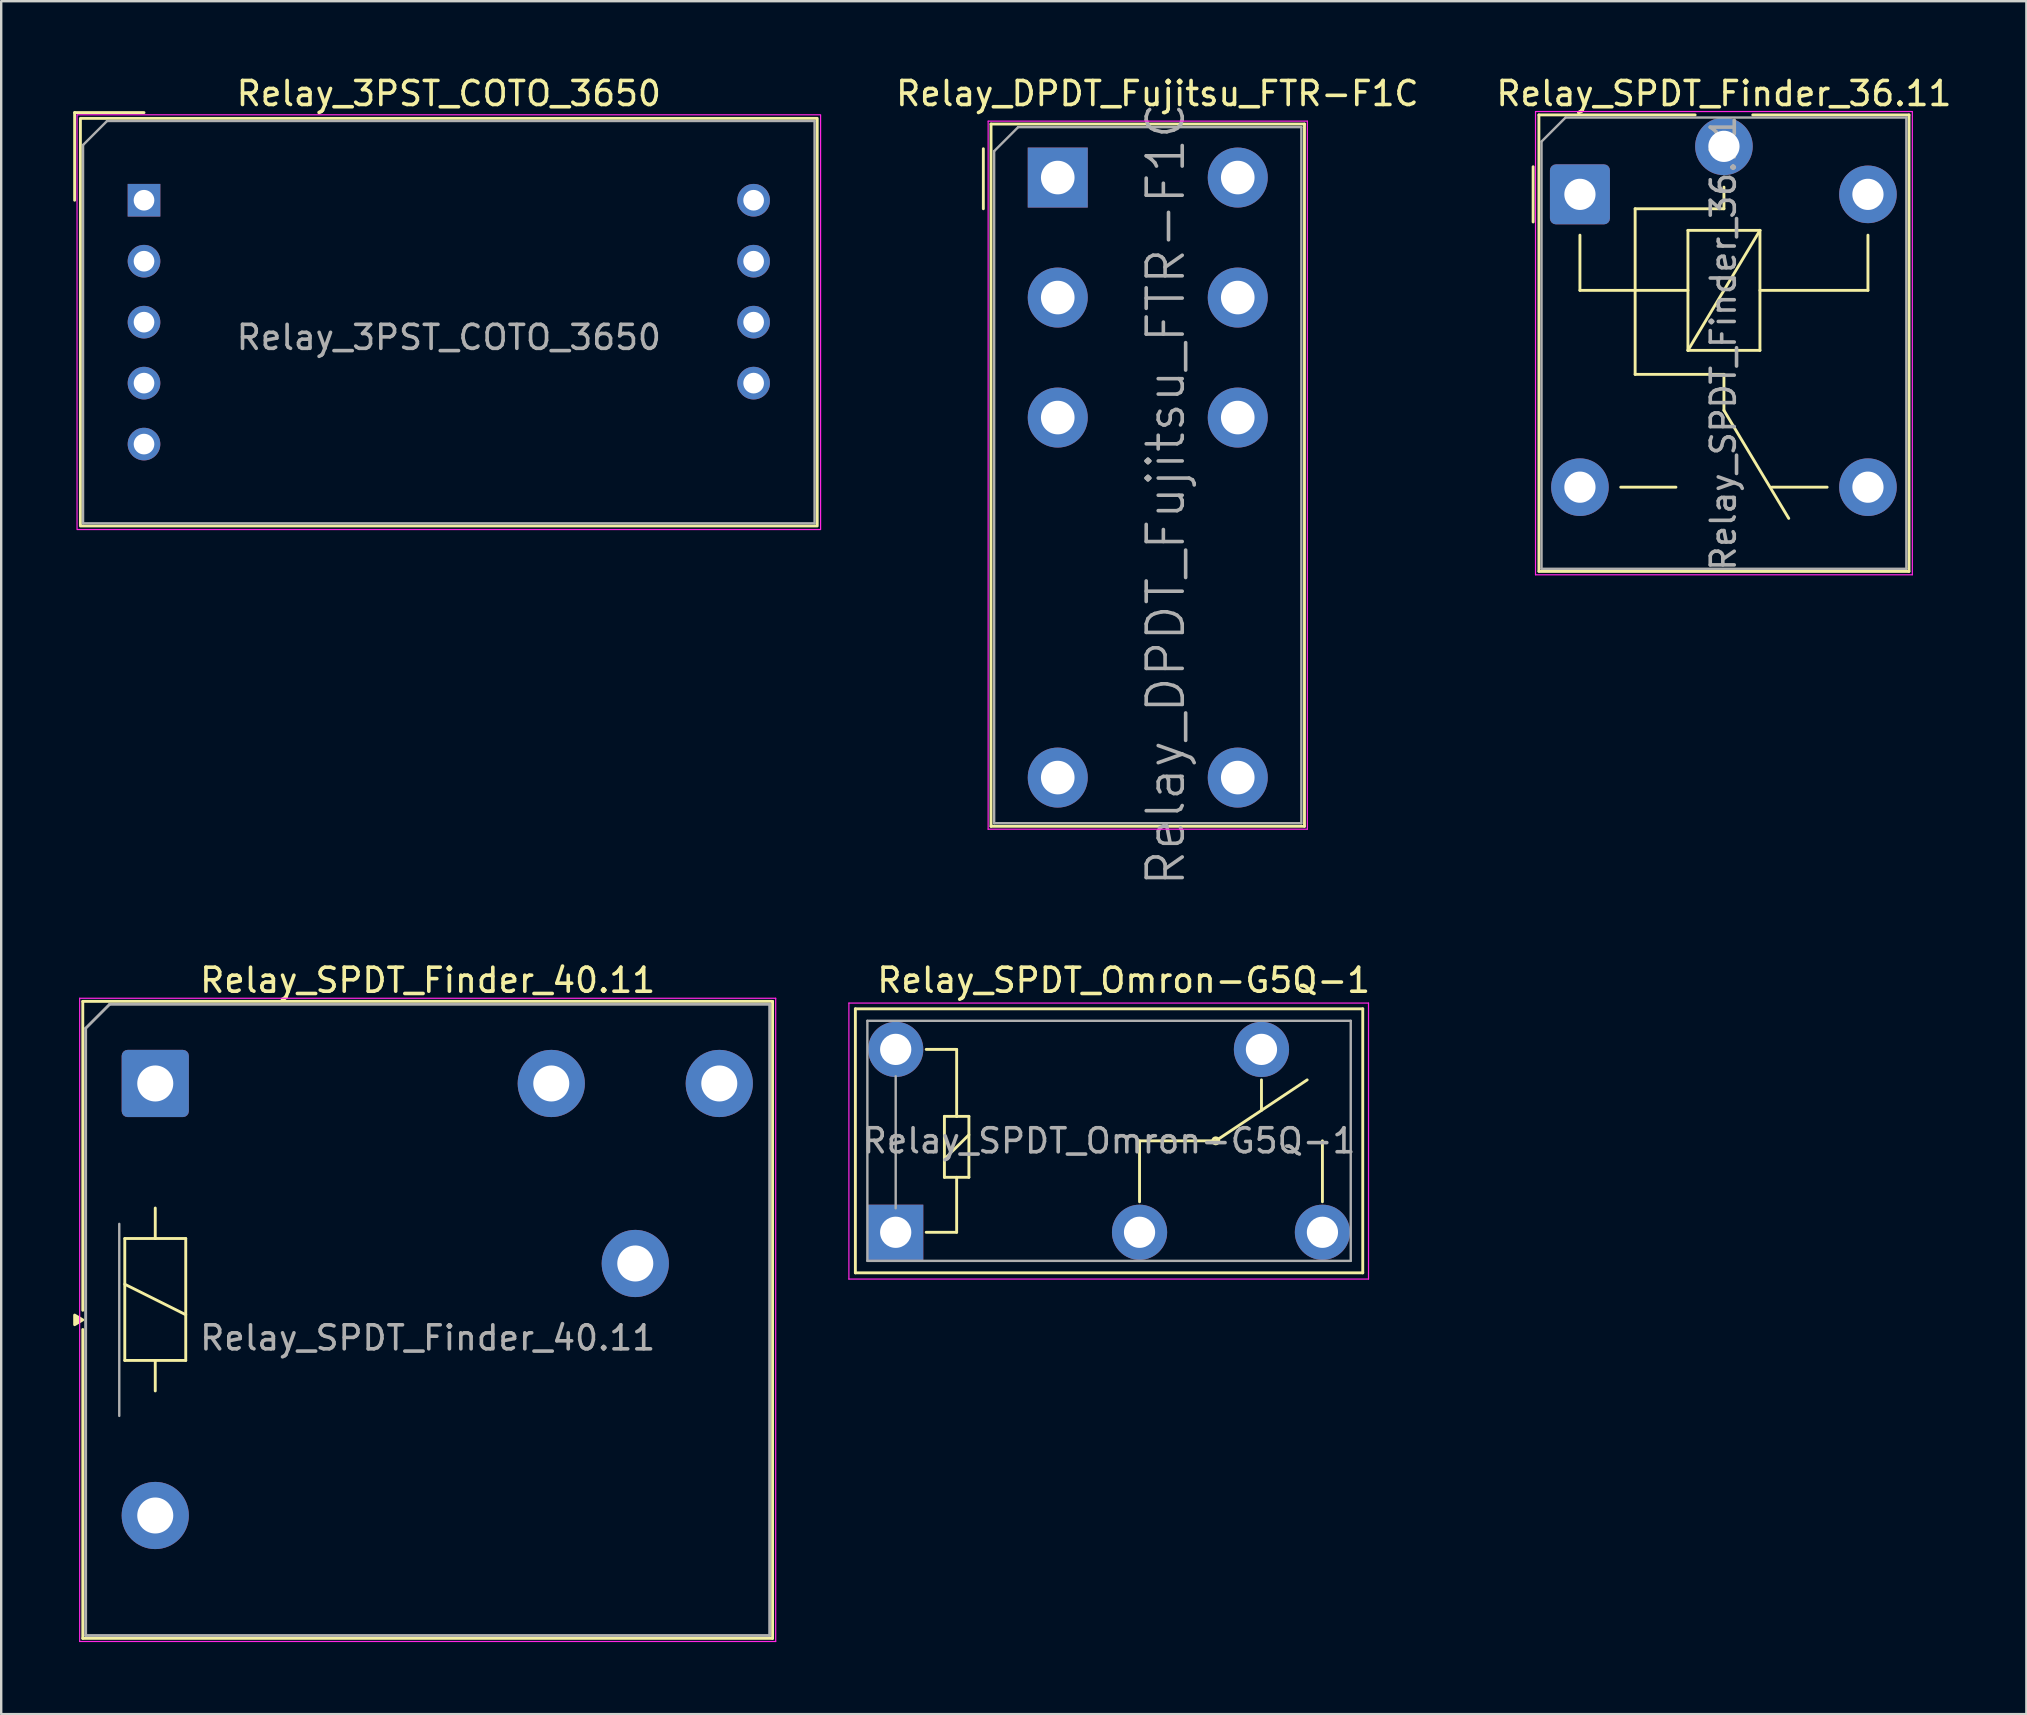
<source format=kicad_pcb>
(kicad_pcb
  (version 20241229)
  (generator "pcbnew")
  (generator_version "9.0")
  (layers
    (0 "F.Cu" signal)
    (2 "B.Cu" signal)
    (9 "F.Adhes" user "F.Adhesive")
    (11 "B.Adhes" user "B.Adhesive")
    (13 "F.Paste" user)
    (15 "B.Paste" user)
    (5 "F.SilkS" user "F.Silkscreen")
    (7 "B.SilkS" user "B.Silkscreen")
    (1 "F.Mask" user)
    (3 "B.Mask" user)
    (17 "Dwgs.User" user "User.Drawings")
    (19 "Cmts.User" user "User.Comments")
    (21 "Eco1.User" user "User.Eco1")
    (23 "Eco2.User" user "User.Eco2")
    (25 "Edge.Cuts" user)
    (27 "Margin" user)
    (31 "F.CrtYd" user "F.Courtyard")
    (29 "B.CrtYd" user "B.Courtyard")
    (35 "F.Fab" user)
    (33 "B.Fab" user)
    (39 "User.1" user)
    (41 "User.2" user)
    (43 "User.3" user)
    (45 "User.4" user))
  (footprint "Relay_SPDT_Omron-G5Q-1"
    (layer "F.Cu")
    (at 34.269 48.293)
    (property "Reference" "Relay_SPDT_Omron-G5Q-1" (at 9.5 -10.5 180) (layer "F.SilkS") (effects (font (size 1 1) (thickness 0.15))))
    (attr through_hole)
    (fp_line (start -1.68 -9.31) (end 19.46 -9.31) (stroke (width 0.12) (type solid)) (layer "F.SilkS"))
    (fp_line (start -1.68 1.69) (end -1.68 -9.31) (stroke (width 0.12) (type solid)) (layer "F.SilkS"))
    (fp_line (start -1.68 1.69) (end 19.46 1.69) (stroke (width 0.12) (type solid)) (layer "F.SilkS"))
    (fp_line (start 1.27 0) (end 2.54 0) (stroke (width 0.12) (type solid)) (layer "F.SilkS"))
    (fp_line (start 2.03 -4.83) (end 2.54 -4.83) (stroke (width 0.12) (type solid)) (layer "F.SilkS"))
    (fp_line (start 2.03 -3.05) (end 3.05 -4.06) (stroke (width 0.12) (type solid)) (layer "F.SilkS"))
    (fp_line (start 2.03 -2.29) (end 2.03 -4.83) (stroke (width 0.12) (type solid)) (layer "F.SilkS"))
    (fp_line (start 2.54 -7.62) (end 1.27 -7.62) (stroke (width 0.12) (type solid)) (layer "F.SilkS"))
    (fp_line (start 2.54 -4.83) (end 2.54 -7.62) (stroke (width 0.12) (type solid)) (layer "F.SilkS"))
    (fp_line (start 2.54 -4.83) (end 3.05 -4.83) (stroke (width 0.12) (type solid)) (layer "F.SilkS"))
    (fp_line (start 2.54 -2.29) (end 2.03 -2.29) (stroke (width 0.12) (type solid)) (layer "F.SilkS"))
    (fp_line (start 2.54 0) (end 2.54 -2.29) (stroke (width 0.12) (type solid)) (layer "F.SilkS"))
    (fp_line (start 3.05 -4.83) (end 3.05 -2.29) (stroke (width 0.12) (type solid)) (layer "F.SilkS"))
    (fp_line (start 3.05 -2.29) (end 2.54 -2.29) (stroke (width 0.12) (type solid)) (layer "F.SilkS"))
    (fp_line (start 10.16 -3.81) (end 13.335 -3.81) (stroke (width 0.12) (type solid)) (layer "F.SilkS"))
    (fp_line (start 10.16 -1.27) (end 10.16 -3.81) (stroke (width 0.12) (type solid)) (layer "F.SilkS"))
    (fp_line (start 13.335 -3.81) (end 17.145 -6.35) (stroke (width 0.12) (type solid)) (layer "F.SilkS"))
    (fp_line (start 15.24 -6.35) (end 15.24 -5.08) (stroke (width 0.12) (type solid)) (layer "F.SilkS"))
    (fp_line (start 17.78 -1.27) (end 17.78 -3.81) (stroke (width 0.12) (type solid)) (layer "F.SilkS"))
    (fp_line (start 19.46 1.69) (end 19.46 -9.31) (stroke (width 0.12) (type solid)) (layer "F.SilkS"))
    (fp_circle (center 13.335 -3.81) (end 13.462 -3.81) (stroke (width 0.12) (type solid)) (fill no) (layer "F.SilkS"))
    (fp_line (start -1.95 -9.55) (end 19.7 -9.55) (stroke (width 0.05) (type solid)) (layer "F.CrtYd"))
    (fp_line (start -1.95 1.95) (end -1.95 -9.55) (stroke (width 0.05) (type solid)) (layer "F.CrtYd"))
    (fp_line (start 19.7 -9.55) (end 19.7 1.95) (stroke (width 0.05) (type solid)) (layer "F.CrtYd"))
    (fp_line (start 19.7 1.95) (end -1.95 1.95) (stroke (width 0.05) (type solid)) (layer "F.CrtYd"))
    (fp_line (start -1.18 -8.81) (end 18.96 -8.81) (stroke (width 0.1) (type solid)) (layer "F.Fab"))
    (fp_line (start -1.18 1.19) (end -1.18 -8.81) (stroke (width 0.1) (type solid)) (layer "F.Fab"))
    (fp_line (start 0 -1) (end 0 -6.5) (stroke (width 0.1) (type solid)) (layer "F.Fab"))
    (fp_line (start 18.96 -8.81) (end 18.96 1.19) (stroke (width 0.1) (type solid)) (layer "F.Fab"))
    (fp_line (start 18.96 1.19) (end -1.18 1.19) (stroke (width 0.1) (type solid)) (layer "F.Fab"))
    (fp_text user "${REFERENCE}" (at 8.89 -3.81 0) (layer "F.Fab") (effects (font (size 1 1) (thickness 0.15))))
    (pad "1" thru_hole rect (at 0 0 180) (size 2.3 2.3) (drill 1.3) (layers "*.Cu" "*.Mask"))
    (pad "2" thru_hole circle (at 10.16 0 180) (size 2.3 2.3) (drill 1.3) (layers "*.Cu" "*.Mask"))
    (pad "3" thru_hole circle (at 17.78 0 180) (size 2.3 2.3) (drill 1.3) (layers "*.Cu" "*.Mask"))
    (pad "4" thru_hole circle (at 15.24 -7.62 180) (size 2.3 2.3) (drill 1.3) (layers "*.Cu" "*.Mask"))
    (pad "5" thru_hole circle (at 0 -7.62 180) (size 2.3 2.3) (drill 1.3) (layers "*.Cu" "*.Mask")))
  (footprint "Relay_SPDT_Finder_40.11"
    (layer "F.Cu")
    (at 3.419 42.093)
    (property "Reference" "Relay_SPDT_Finder_40.11" (at 11.35 -4.3 0) (layer "F.SilkS") (effects (font (size 1 1) (thickness 0.15))))
    (attr through_hole)
    (fp_line (start -3.02 -3.42) (end 25.72 -3.42) (stroke (width 0.12) (type solid)) (layer "F.SilkS"))
    (fp_line (start -3.02 9.45) (end -3.02 -3.42) (stroke (width 0.12) (type solid)) (layer "F.SilkS"))
    (fp_line (start -3.02 10.25) (end -3.02 23.12) (stroke (width 0.12) (type solid)) (layer "F.SilkS"))
    (fp_line (start -1.27 6.46) (end 0 6.46) (stroke (width 0.12) (type solid)) (layer "F.SilkS"))
    (fp_line (start -1.27 8.365) (end 1.27 9.635) (stroke (width 0.12) (type solid)) (layer "F.SilkS"))
    (fp_line (start -1.27 11.54) (end -1.27 6.46) (stroke (width 0.12) (type solid)) (layer "F.SilkS"))
    (fp_line (start 0 5.19) (end 0 6.46) (stroke (width 0.12) (type solid)) (layer "F.SilkS"))
    (fp_line (start 0 6.46) (end 1.27 6.46) (stroke (width 0.12) (type solid)) (layer "F.SilkS"))
    (fp_line (start 0 11.54) (end 0 12.81) (stroke (width 0.12) (type solid)) (layer "F.SilkS"))
    (fp_line (start 1.27 6.46) (end 1.27 11.54) (stroke (width 0.12) (type solid)) (layer "F.SilkS"))
    (fp_line (start 1.27 11.54) (end -1.27 11.54) (stroke (width 0.12) (type solid)) (layer "F.SilkS"))
    (fp_line (start 25.72 -3.42) (end 25.72 23.12) (stroke (width 0.12) (type solid)) (layer "F.SilkS"))
    (fp_line (start 25.72 23.12) (end -3.02 23.12) (stroke (width 0.12) (type solid)) (layer "F.SilkS"))
    (fp_poly (pts (xy -3.02 9.85) (xy -3.359 10.05) (xy -3.359 9.65) (xy -3.02 9.85)) (stroke (width 0.12) (type solid)) (fill yes) (layer "F.SilkS"))
    (fp_line (start -3.15 -3.55) (end -3.15 23.25) (stroke (width 0.05) (type solid)) (layer "F.CrtYd"))
    (fp_line (start -3.15 -3.55) (end 25.85 -3.55) (stroke (width 0.05) (type solid)) (layer "F.CrtYd"))
    (fp_line (start 25.85 23.25) (end -3.15 23.25) (stroke (width 0.05) (type solid)) (layer "F.CrtYd"))
    (fp_line (start 25.85 23.25) (end 25.85 -3.55) (stroke (width 0.05) (type solid)) (layer "F.CrtYd"))
    (fp_line (start -2.9 -2.3) (end -2.9 23) (stroke (width 0.12) (type solid)) (layer "F.Fab"))
    (fp_line (start -2.9 23) (end 25.6 23) (stroke (width 0.12) (type solid)) (layer "F.Fab"))
    (fp_line (start -1.9 -3.3) (end -2.9 -2.3) (stroke (width 0.12) (type solid)) (layer "F.Fab"))
    (fp_line (start -1.5 5.85) (end -1.5 13.85) (stroke (width 0.1) (type default)) (layer "F.Fab"))
    (fp_line (start 25.6 -3.3) (end -1.9 -3.3) (stroke (width 0.12) (type solid)) (layer "F.Fab"))
    (fp_line (start 25.6 23) (end 25.6 -3.3) (stroke (width 0.12) (type solid)) (layer "F.Fab"))
    (fp_text user "${REFERENCE}" (at 11.35 10.6 0) (layer "F.Fab") (effects (font (size 1 1) (thickness 0.15))))
    (pad "11" thru_hole circle (at 20 7.5) (size 2.8 2.8) (drill 1.5) (layers "*.Cu" "*.Mask"))
    (pad "12" thru_hole circle (at 16.5 0) (size 2.8 2.8) (drill 1.5) (layers "*.Cu" "*.Mask"))
    (pad "14" thru_hole circle (at 23.5 0) (size 2.8 2.8) (drill 1.5) (layers "*.Cu" "*.Mask"))
    (pad "A1" thru_hole roundrect (at 0 0) (size 2.8 2.8) (drill 1.5) (layers "*.Cu" "*.Mask") (roundrect_rratio 0.089))
    (pad "A2" thru_hole circle (at 0 18) (size 2.8 2.8) (drill 1.5) (layers "*.Cu" "*.Mask")))
  (footprint "Relay_SPDT_Finder_36.11"
    (layer "F.Cu")
    (at 62.778 5.048)
    (property "Reference" "Relay_SPDT_Finder_36.11" (at 6 -4.2 0) (layer "F.SilkS") (effects (font (size 1 1) (thickness 0.15))))
    (attr through_hole)
    (fp_line (start -1.95 -1.15) (end -1.95 1.15) (stroke (width 0.12) (type default)) (layer "F.SilkS"))
    (fp_line (start -1.71 15.7) (end -1.71 -3.31) (stroke (width 0.12) (type solid)) (layer "F.SilkS"))
    (fp_line (start 0 1.7) (end 0 4) (stroke (width 0.12) (type solid)) (layer "F.SilkS"))
    (fp_line (start 1.7 12.2) (end 4 12.2) (stroke (width 0.12) (type solid)) (layer "F.SilkS"))
    (fp_line (start 2.3 7.5) (end 2.3 0.6) (stroke (width 0.12) (type solid)) (layer "F.SilkS"))
    (fp_line (start 4.5 1.5) (end 7.5 1.5) (stroke (width 0.12) (type solid)) (layer "F.SilkS"))
    (fp_line (start 4.5 4) (end 0 4) (stroke (width 0.12) (type solid)) (layer "F.SilkS"))
    (fp_line (start 4.5 6.5) (end 4.5 1.5) (stroke (width 0.12) (type solid)) (layer "F.SilkS"))
    (fp_line (start 4.5 6.5) (end 7.5 1.5) (stroke (width 0.12) (type solid)) (layer "F.SilkS"))
    (fp_line (start 4.8 -3.31) (end -1.71 -3.31) (stroke (width 0.12) (type solid)) (layer "F.SilkS"))
    (fp_line (start 6 0.6) (end 2.3 0.6) (stroke (width 0.12) (type solid)) (layer "F.SilkS"))
    (fp_line (start 6 0.6) (end 6 -0.3) (stroke (width 0.12) (type solid)) (layer "F.SilkS"))
    (fp_line (start 6 7.5) (end 2.3 7.5) (stroke (width 0.12) (type solid)) (layer "F.SilkS"))
    (fp_line (start 6 7.5) (end 6 9) (stroke (width 0.12) (type solid)) (layer "F.SilkS"))
    (fp_line (start 6 9) (end 8.7 13.5) (stroke (width 0.12) (type solid)) (layer "F.SilkS"))
    (fp_line (start 7.5 1.5) (end 7.5 6.5) (stroke (width 0.12) (type solid)) (layer "F.SilkS"))
    (fp_line (start 7.5 6.5) (end 4.5 6.5) (stroke (width 0.12) (type solid)) (layer "F.SilkS"))
    (fp_line (start 10.3 12.2) (end 8 12.2) (stroke (width 0.12) (type solid)) (layer "F.SilkS"))
    (fp_line (start 12 4) (end 7.5 4) (stroke (width 0.12) (type solid)) (layer "F.SilkS"))
    (fp_line (start 12 4) (end 12 1.7) (stroke (width 0.12) (type solid)) (layer "F.SilkS"))
    (fp_line (start 13.71 -3.31) (end 7.2 -3.31) (stroke (width 0.12) (type solid)) (layer "F.SilkS"))
    (fp_line (start 13.71 -3.31) (end 13.71 15.71) (stroke (width 0.12) (type solid)) (layer "F.SilkS"))
    (fp_line (start 13.71 15.71) (end -1.71 15.71) (stroke (width 0.12) (type solid)) (layer "F.SilkS"))
    (fp_line (start -1.85 -3.45) (end -1.85 15.85) (stroke (width 0.05) (type solid)) (layer "F.CrtYd"))
    (fp_line (start -1.85 -3.45) (end 13.85 -3.45) (stroke (width 0.05) (type solid)) (layer "F.CrtYd"))
    (fp_line (start 13.85 15.85) (end -1.85 15.85) (stroke (width 0.05) (type solid)) (layer "F.CrtYd"))
    (fp_line (start 13.85 15.85) (end 13.85 -3.45) (stroke (width 0.05) (type solid)) (layer "F.CrtYd"))
    (fp_line (start -1.6 15.6) (end -1.6 -2.2) (stroke (width 0.1) (type solid)) (layer "F.Fab"))
    (fp_line (start -0.6 -3.2) (end -1.6 -2.2) (stroke (width 0.1) (type default)) (layer "F.Fab"))
    (fp_line (start -0.6 -3.2) (end 13.6 -3.2) (stroke (width 0.1) (type solid)) (layer "F.Fab"))
    (fp_line (start 13.6 -3.2) (end 13.6 15.6) (stroke (width 0.1) (type solid)) (layer "F.Fab"))
    (fp_line (start 13.6 15.6) (end -1.6 15.6) (stroke (width 0.1) (type solid)) (layer "F.Fab"))
    (fp_text user "${REFERENCE}" (at 5.975 6.2 270) (layer "F.Fab") (effects (font (size 1 1) (thickness 0.15))))
    (pad "11" thru_hole circle (at 6 -2) (size 2.4 2.4) (drill 1.3) (layers "*.Cu" "*.Mask"))
    (pad "12" thru_hole circle (at 12 12.2) (size 2.4 2.4) (drill 1.3) (layers "*.Cu" "*.Mask"))
    (pad "14" thru_hole circle (at 0 12.2) (size 2.4 2.4) (drill 1.3) (layers "*.Cu" "*.Mask"))
    (pad "A1" thru_hole roundrect (at 0 0) (size 2.5 2.5) (drill 1.3) (layers "*.Cu" "*.Mask") (roundrect_rratio 0.1))
    (pad "A2" thru_hole circle (at 12 0) (size 2.4 2.4) (drill 1.3) (layers "*.Cu" "*.Mask")))
  (footprint "Relay_3PST_COTO_3650"
    (layer "F.Cu")
    (at 2.95 5.293)
    (property "Reference" "Relay_3PST_COTO_3650" (at 12.7 -4.445 0) (unlocked yes) (layer "F.SilkS") (effects (font (size 1 1) (thickness 0.15))))
    (attr through_hole)
    (fp_line (start -2.89 -3.652) (end 0 -3.652) (stroke (width 0.12) (type default)) (layer "F.SilkS"))
    (fp_line (start -2.89 0) (end -2.89 -3.652) (stroke (width 0.12) (type default)) (layer "F.SilkS"))
    (fp_rect (start -2.65 13.572) (end 28.05 -3.412) (stroke (width 0.12) (type default)) (fill no) (layer "F.SilkS"))
    (fp_rect (start -2.79 -3.56) (end 28.19 13.72) (stroke (width 0.05) (type default)) (fill no) (layer "F.CrtYd"))
    (fp_line (start -2.54 -2.302) (end -2.54 13.462) (stroke (width 0.1) (type default)) (layer "F.Fab"))
    (fp_line (start -2.54 13.462) (end 27.94 13.462) (stroke (width 0.1) (type default)) (layer "F.Fab"))
    (fp_line (start -1.54 -3.302) (end -2.54 -2.302) (stroke (width 0.1) (type default)) (layer "F.Fab"))
    (fp_line (start 27.94 -3.302) (end -1.54 -3.302) (stroke (width 0.1) (type default)) (layer "F.Fab"))
    (fp_line (start 27.94 13.462) (end 27.94 -3.302) (stroke (width 0.1) (type default)) (layer "F.Fab"))
    (fp_text user "${REFERENCE}" (at 12.7 5.715 0) (unlocked yes) (layer "F.Fab") (effects (font (size 1 1) (thickness 0.15))))
    (pad "13" thru_hole circle (at 0 2.54 90) (size 1.36 1.36) (drill 0.86) (layers "*.Cu" "*.Mask"))
    (pad "14" thru_hole circle (at 25.4 2.54 90) (size 1.36 1.36) (drill 0.86) (layers "*.Cu" "*.Mask"))
    (pad "23" thru_hole circle (at 0 5.08 90) (size 1.36 1.36) (drill 0.86) (layers "*.Cu" "*.Mask"))
    (pad "24" thru_hole circle (at 25.4 5.08 90) (size 1.36 1.36) (drill 0.86) (layers "*.Cu" "*.Mask"))
    (pad "33" thru_hole circle (at 0 7.62 90) (size 1.36 1.36) (drill 0.86) (layers "*.Cu" "*.Mask"))
    (pad "34" thru_hole circle (at 25.4 7.62 90) (size 1.36 1.36) (drill 0.86) (layers "*.Cu" "*.Mask"))
    (pad "A1" thru_hole rect (at 0 0 90) (size 1.36 1.36) (drill 0.86) (layers "*.Cu" "*.Mask"))
    (pad "A2" thru_hole circle (at 25.4 0 90) (size 1.36 1.36) (drill 0.86) (layers "*.Cu" "*.Mask"))
    (pad "SH" thru_hole circle (at 0 10.16 90) (size 1.36 1.36) (drill 0.86) (layers "*.Cu" "*.Mask")))
  (footprint "Relay_DPDT_Fujitsu_FTR-F1C"
    (layer "F.Cu")
    (at 41.021 4.348)
    (property "Reference" "Relay_DPDT_Fujitsu_FTR-F1C" (at 4.15 -3.5 0) (layer "F.SilkS") (effects (font (size 1 1) (thickness 0.15))))
    (attr through_hole)
    (fp_line (start -3.1 -1.2) (end -3.1 1.3) (stroke (width 0.12) (type solid)) (layer "F.SilkS"))
    (fp_line (start -2.78 -2.23) (end 10.28 -2.23) (stroke (width 0.12) (type solid)) (layer "F.SilkS"))
    (fp_line (start -2.78 27.03) (end -2.78 -2.23) (stroke (width 0.12) (type solid)) (layer "F.SilkS"))
    (fp_line (start 10.28 -2.23) (end 10.28 27.03) (stroke (width 0.12) (type solid)) (layer "F.SilkS"))
    (fp_line (start 10.28 27.03) (end -2.78 27.03) (stroke (width 0.12) (type solid)) (layer "F.SilkS"))
    (fp_line (start -2.9 -2.35) (end 10.4 -2.35) (stroke (width 0.05) (type solid)) (layer "F.CrtYd"))
    (fp_line (start -2.9 27.15) (end -2.9 -2.35) (stroke (width 0.05) (type solid)) (layer "F.CrtYd"))
    (fp_line (start 10.4 -2.35) (end 10.4 27.15) (stroke (width 0.05) (type solid)) (layer "F.CrtYd"))
    (fp_line (start 10.4 27.15) (end -2.9 27.15) (stroke (width 0.05) (type solid)) (layer "F.CrtYd"))
    (fp_line (start -2.65 -1.1) (end -2.65 26.9) (stroke (width 0.1) (type solid)) (layer "F.Fab"))
    (fp_line (start -2.65 26.9) (end 10.15 26.9) (stroke (width 0.1) (type solid)) (layer "F.Fab"))
    (fp_line (start -1.65 -2.1) (end -2.65 -1.1) (stroke (width 0.1) (type solid)) (layer "F.Fab"))
    (fp_line (start -1.65 -2.1) (end 10.15 -2.1) (stroke (width 0.1) (type solid)) (layer "F.Fab"))
    (fp_line (start 10.15 -2.1) (end 10.15 26.9) (stroke (width 0.1) (type solid)) (layer "F.Fab"))
    (fp_text user "${REFERENCE}" (at 4.5 13.2 270) (layer "F.Fab") (effects (font (size 1.5 1.5) (thickness 0.15))))
    (pad "1" thru_hole rect (at 0 0 270) (size 2.5 2.5) (drill 1.4) (layers "*.Cu" "*.Mask"))
    (pad "2" thru_hole circle (at 0 5 270) (size 2.5 2.5) (drill 1.4) (layers "*.Cu" "*.Mask"))
    (pad "3" thru_hole circle (at 0 10 270) (size 2.5 2.5) (drill 1.4) (layers "*.Cu" "*.Mask"))
    (pad "4" thru_hole circle (at 0 25 270) (size 2.5 2.5) (drill 1.4) (layers "*.Cu" "*.Mask"))
    (pad "5" thru_hole circle (at 7.5 25 270) (size 2.5 2.5) (drill 1.4) (layers "*.Cu" "*.Mask"))
    (pad "6" thru_hole circle (at 7.5 10 270) (size 2.5 2.5) (drill 1.4) (layers "*.Cu" "*.Mask"))
    (pad "7" thru_hole circle (at 7.5 5 270) (size 2.5 2.5) (drill 1.4) (layers "*.Cu" "*.Mask"))
    (pad "8" thru_hole circle (at 7.5 0 270) (size 2.5 2.5) (drill 1.4) (layers "*.Cu" "*.Mask")))
  (gr_rect
    (start -3 -3)
    (end 81.379 68.368)
    (stroke (width 0.1) (type default))
    (fill no)
    (layer "Edge.Cuts")))
</source>
